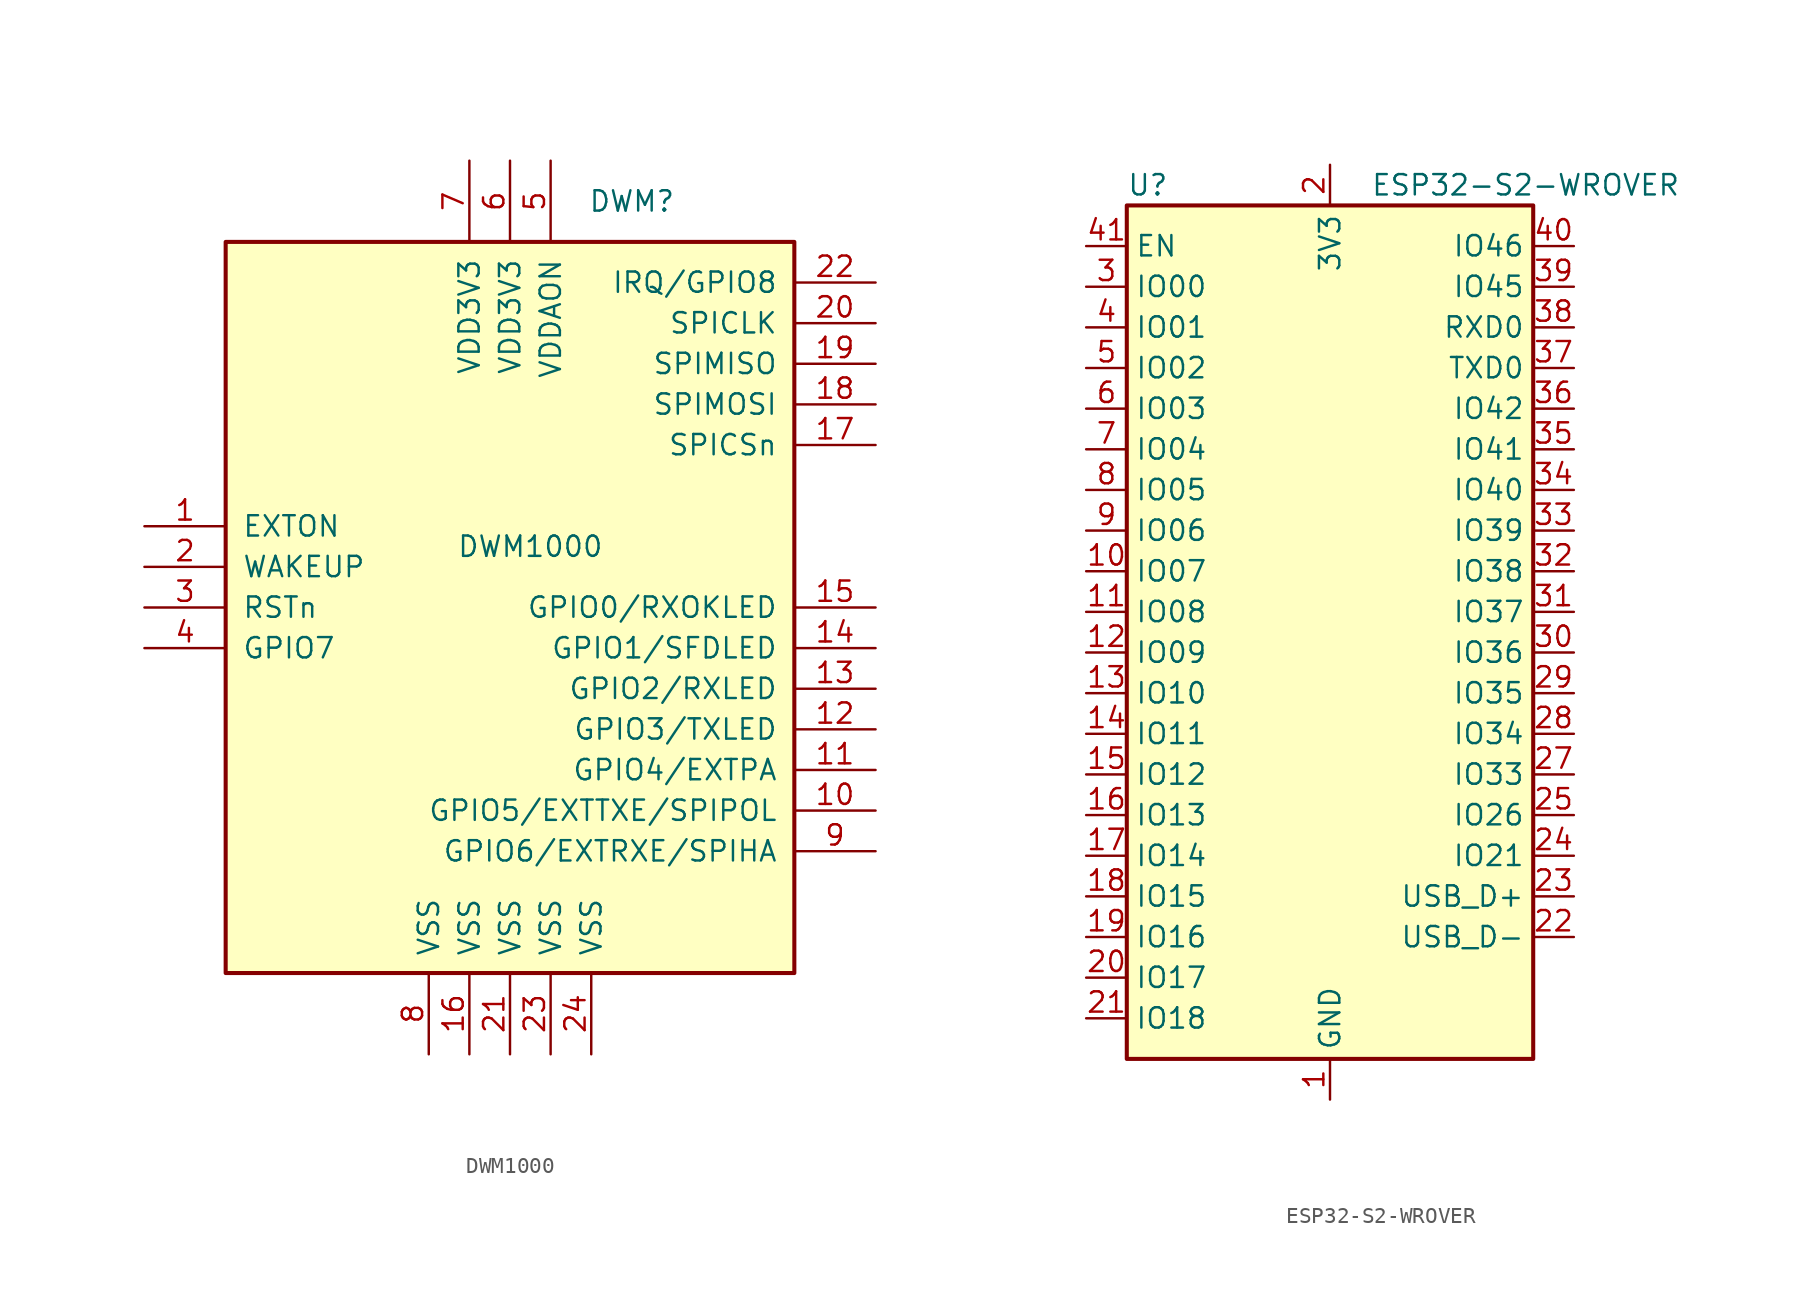
<source format=kicad_sym>
(kicad_symbol_lib
  (version 20220914)
  (generator kicad_symbol_editor)
  (symbol "DWM1000"
    (pin_names
      (offset 1.016))
    (property "Reference" "DWM"
      (at 7.62 25.4 0)
      (effects (font (size 1.27 1.27))))
    (property "Value" "DWM1000"
      (at 1.27 3.81 0)
      (effects (font (size 1.27 1.27))))
    (symbol "DWM1000_0_1"
      (rectangle (start 17.78 22.86) (end -17.78 -22.86) (stroke (width 0.254) (type default)) (fill (type background))))
    (symbol "DWM1000_1_1"
      (pin output line (at -22.86 5.08 0) (length 5.08) (name "EXTON" (effects (font (size 1.27 1.27)))) (number "1" (effects (font (size 1.27 1.27)))))
      (pin bidirectional line (at 22.86 -12.7 180) (length 5.08) (name "GPIO5/EXTTXE/SPIPOL" (effects (font (size 1.27 1.27)))) (number "10" (effects (font (size 1.27 1.27)))))
      (pin bidirectional line (at 22.86 -10.16 180) (length 5.08) (name "GPIO4/EXTPA" (effects (font (size 1.27 1.27)))) (number "11" (effects (font (size 1.27 1.27)))))
      (pin bidirectional line (at 22.86 -7.62 180) (length 5.08) (name "GPIO3/TXLED" (effects (font (size 1.27 1.27)))) (number "12" (effects (font (size 1.27 1.27)))))
      (pin bidirectional line (at 22.86 -5.08 180) (length 5.08) (name "GPIO2/RXLED" (effects (font (size 1.27 1.27)))) (number "13" (effects (font (size 1.27 1.27)))))
      (pin bidirectional line (at 22.86 -2.54 180) (length 5.08) (name "GPIO1/SFDLED" (effects (font (size 1.27 1.27)))) (number "14" (effects (font (size 1.27 1.27)))))
      (pin bidirectional line (at 22.86 0 180) (length 5.08) (name "GPIO0/RXOKLED" (effects (font (size 1.27 1.27)))) (number "15" (effects (font (size 1.27 1.27)))))
      (pin power_in line (at -2.54 -27.94 90) (length 5.08) (name "VSS" (effects (font (size 1.27 1.27)))) (number "16" (effects (font (size 1.27 1.27)))))
      (pin input line (at 22.86 10.16 180) (length 5.08) (name "SPICSn" (effects (font (size 1.27 1.27)))) (number "17" (effects (font (size 1.27 1.27)))))
      (pin input line (at 22.86 12.7 180) (length 5.08) (name "SPIMOSI" (effects (font (size 1.27 1.27)))) (number "18" (effects (font (size 1.27 1.27)))))
      (pin output line (at 22.86 15.24 180) (length 5.08) (name "SPIMISO" (effects (font (size 1.27 1.27)))) (number "19" (effects (font (size 1.27 1.27)))))
      (pin bidirectional line (at -22.86 2.54 0) (length 5.08) (name "WAKEUP" (effects (font (size 1.27 1.27)))) (number "2" (effects (font (size 1.27 1.27)))))
      (pin input line (at 22.86 17.78 180) (length 5.08) (name "SPICLK" (effects (font (size 1.27 1.27)))) (number "20" (effects (font (size 1.27 1.27)))))
      (pin power_in line (at 0 -27.94 90) (length 5.08) (name "VSS" (effects (font (size 1.27 1.27)))) (number "21" (effects (font (size 1.27 1.27)))))
      (pin bidirectional line (at 22.86 20.32 180) (length 5.08) (name "IRQ/GPIO8" (effects (font (size 1.27 1.27)))) (number "22" (effects (font (size 1.27 1.27)))))
      (pin power_in line (at 2.54 -27.94 90) (length 5.08) (name "VSS" (effects (font (size 1.27 1.27)))) (number "23" (effects (font (size 1.27 1.27)))))
      (pin power_in line (at 5.08 -27.94 90) (length 5.08) (name "VSS" (effects (font (size 1.27 1.27)))) (number "24" (effects (font (size 1.27 1.27)))))
      (pin bidirectional line (at -22.86 0 0) (length 5.08) (name "RSTn" (effects (font (size 1.27 1.27)))) (number "3" (effects (font (size 1.27 1.27)))))
      (pin bidirectional line (at -22.86 -2.54 0) (length 5.08) (name "GPIO7" (effects (font (size 1.27 1.27)))) (number "4" (effects (font (size 1.27 1.27)))))
      (pin power_in line (at 2.54 27.94 270) (length 5.08) (name "VDDAON" (effects (font (size 1.27 1.27)))) (number "5" (effects (font (size 1.27 1.27)))))
      (pin power_in line (at 0 27.94 270) (length 5.08) (name "VDD3V3" (effects (font (size 1.27 1.27)))) (number "6" (effects (font (size 1.27 1.27)))))
      (pin power_in line (at -2.54 27.94 270) (length 5.08) (name "VDD3V3" (effects (font (size 1.27 1.27)))) (number "7" (effects (font (size 1.27 1.27)))))
      (pin power_in line (at -5.08 -27.94 90) (length 5.08) (name "VSS" (effects (font (size 1.27 1.27)))) (number "8" (effects (font (size 1.27 1.27)))))
      (pin bidirectional line (at 22.86 -15.24 180) (length 5.08) (name "GPIO6/EXTRXE/SPIHA" (effects (font (size 1.27 1.27)))) (number "9" (effects (font (size 1.27 1.27)))))))
  (symbol "ESP32-S2-WROVER"
    (property "Reference" "U"
      (at -12.7 29.21 0)
      (effects (font (size 1.27 1.27)) (justify left)))
    (property "Value" "ESP32-S2-WROVER"
      (at 2.54 29.21 0)
      (effects (font (size 1.27 1.27)) (justify left)))
    (symbol "ESP32-S2-WROVER_0_1"
      (rectangle (start -12.7 27.94) (end 12.7 -25.4) (stroke (width 0.254) (type default)) (fill (type background))))
    (symbol "ESP32-S2-WROVER_1_1"
      (pin power_in line (at 0 -27.94 90) (length 2.54) (name "GND" (effects (font (size 1.27 1.27)))) (number "1" (effects (font (size 1.27 1.27)))))
      (pin bidirectional line (at -15.24 5.08 0) (length 2.54) (name "IO07" (effects (font (size 1.27 1.27)))) (number "10" (effects (font (size 1.27 1.27)))))
      (pin bidirectional line (at -15.24 2.54 0) (length 2.54) (name "IO08" (effects (font (size 1.27 1.27)))) (number "11" (effects (font (size 1.27 1.27)))))
      (pin bidirectional line (at -15.24 0 0) (length 2.54) (name "IO09" (effects (font (size 1.27 1.27)))) (number "12" (effects (font (size 1.27 1.27)))))
      (pin bidirectional line (at -15.24 -2.54 0) (length 2.54) (name "IO10" (effects (font (size 1.27 1.27)))) (number "13" (effects (font (size 1.27 1.27)))))
      (pin bidirectional line (at -15.24 -5.08 0) (length 2.54) (name "IO11" (effects (font (size 1.27 1.27)))) (number "14" (effects (font (size 1.27 1.27)))))
      (pin bidirectional line (at -15.24 -7.62 0) (length 2.54) (name "IO12" (effects (font (size 1.27 1.27)))) (number "15" (effects (font (size 1.27 1.27)))))
      (pin bidirectional line (at -15.24 -10.16 0) (length 2.54) (name "IO13" (effects (font (size 1.27 1.27)))) (number "16" (effects (font (size 1.27 1.27)))))
      (pin bidirectional line (at -15.24 -12.7 0) (length 2.54) (name "IO14" (effects (font (size 1.27 1.27)))) (number "17" (effects (font (size 1.27 1.27)))))
      (pin bidirectional line (at -15.24 -15.24 0) (length 2.54) (name "IO15" (effects (font (size 1.27 1.27)))) (number "18" (effects (font (size 1.27 1.27)))))
      (pin bidirectional line (at -15.24 -17.78 0) (length 2.54) (name "IO16" (effects (font (size 1.27 1.27)))) (number "19" (effects (font (size 1.27 1.27)))))
      (pin power_in line (at 0 30.48 270) (length 2.54) (name "3V3" (effects (font (size 1.27 1.27)))) (number "2" (effects (font (size 1.27 1.27)))))
      (pin bidirectional line (at -15.24 -20.32 0) (length 2.54) (name "IO17" (effects (font (size 1.27 1.27)))) (number "20" (effects (font (size 1.27 1.27)))))
      (pin bidirectional line (at -15.24 -22.86 0) (length 2.54) (name "IO18" (effects (font (size 1.27 1.27)))) (number "21" (effects (font (size 1.27 1.27)))))
      (pin bidirectional line (at 15.24 -17.78 180) (length 2.54) (name "USB_D-" (effects (font (size 1.27 1.27)))) (number "22" (effects (font (size 1.27 1.27)))))
      (pin bidirectional line (at 15.24 -15.24 180) (length 2.54) (name "USB_D+" (effects (font (size 1.27 1.27)))) (number "23" (effects (font (size 1.27 1.27)))))
      (pin bidirectional line (at 15.24 -12.7 180) (length 2.54) (name "IO21" (effects (font (size 1.27 1.27)))) (number "24" (effects (font (size 1.27 1.27)))))
      (pin bidirectional line (at 15.24 -10.16 180) (length 2.54) (name "IO26" (effects (font (size 1.27 1.27)))) (number "25" (effects (font (size 1.27 1.27)))))
      (pin passive line (at 0 -27.94 90) (length 2.54) hide (name "GND" (effects (font (size 1.27 1.27)))) (number "26" (effects (font (size 1.27 1.27)))))
      (pin bidirectional line (at 15.24 -7.62 180) (length 2.54) (name "IO33" (effects (font (size 1.27 1.27)))) (number "27" (effects (font (size 1.27 1.27)))))
      (pin bidirectional line (at 15.24 -5.08 180) (length 2.54) (name "IO34" (effects (font (size 1.27 1.27)))) (number "28" (effects (font (size 1.27 1.27)))))
      (pin bidirectional line (at 15.24 -2.54 180) (length 2.54) (name "IO35" (effects (font (size 1.27 1.27)))) (number "29" (effects (font (size 1.27 1.27)))))
      (pin bidirectional line (at -15.24 22.86 0) (length 2.54) (name "IO00" (effects (font (size 1.27 1.27)))) (number "3" (effects (font (size 1.27 1.27)))))
      (pin bidirectional line (at 15.24 0 180) (length 2.54) (name "IO36" (effects (font (size 1.27 1.27)))) (number "30" (effects (font (size 1.27 1.27)))))
      (pin bidirectional line (at 15.24 2.54 180) (length 2.54) (name "IO37" (effects (font (size 1.27 1.27)))) (number "31" (effects (font (size 1.27 1.27)))))
      (pin bidirectional line (at 15.24 5.08 180) (length 2.54) (name "IO38" (effects (font (size 1.27 1.27)))) (number "32" (effects (font (size 1.27 1.27)))))
      (pin bidirectional line (at 15.24 7.62 180) (length 2.54) (name "IO39" (effects (font (size 1.27 1.27)))) (number "33" (effects (font (size 1.27 1.27)))))
      (pin bidirectional line (at 15.24 10.16 180) (length 2.54) (name "IO40" (effects (font (size 1.27 1.27)))) (number "34" (effects (font (size 1.27 1.27)))))
      (pin bidirectional line (at 15.24 12.7 180) (length 2.54) (name "IO41" (effects (font (size 1.27 1.27)))) (number "35" (effects (font (size 1.27 1.27)))))
      (pin bidirectional line (at 15.24 15.24 180) (length 2.54) (name "IO42" (effects (font (size 1.27 1.27)))) (number "36" (effects (font (size 1.27 1.27)))))
      (pin bidirectional line (at 15.24 17.78 180) (length 2.54) (name "TXD0" (effects (font (size 1.27 1.27)))) (number "37" (effects (font (size 1.27 1.27)))))
      (pin bidirectional line (at 15.24 20.32 180) (length 2.54) (name "RXD0" (effects (font (size 1.27 1.27)))) (number "38" (effects (font (size 1.27 1.27)))))
      (pin bidirectional line (at 15.24 22.86 180) (length 2.54) (name "IO45" (effects (font (size 1.27 1.27)))) (number "39" (effects (font (size 1.27 1.27)))))
      (pin bidirectional line (at -15.24 20.32 0) (length 2.54) (name "IO01" (effects (font (size 1.27 1.27)))) (number "4" (effects (font (size 1.27 1.27)))))
      (pin input line (at 15.24 25.4 180) (length 2.54) (name "IO46" (effects (font (size 1.27 1.27)))) (number "40" (effects (font (size 1.27 1.27)))))
      (pin input line (at -15.24 25.4 0) (length 2.54) (name "EN" (effects (font (size 1.27 1.27)))) (number "41" (effects (font (size 1.27 1.27)))))
      (pin passive line (at 0 -27.94 90) (length 2.54) hide (name "GND" (effects (font (size 1.27 1.27)))) (number "42" (effects (font (size 1.27 1.27)))))
      (pin passive line (at 0 -27.94 90) (length 2.54) hide (name "GND" (effects (font (size 1.27 1.27)))) (number "43" (effects (font (size 1.27 1.27)))))
      (pin bidirectional line (at -15.24 17.78 0) (length 2.54) (name "IO02" (effects (font (size 1.27 1.27)))) (number "5" (effects (font (size 1.27 1.27)))))
      (pin bidirectional line (at -15.24 15.24 0) (length 2.54) (name "IO03" (effects (font (size 1.27 1.27)))) (number "6" (effects (font (size 1.27 1.27)))))
      (pin bidirectional line (at -15.24 12.7 0) (length 2.54) (name "IO04" (effects (font (size 1.27 1.27)))) (number "7" (effects (font (size 1.27 1.27)))))
      (pin bidirectional line (at -15.24 10.16 0) (length 2.54) (name "IO05" (effects (font (size 1.27 1.27)))) (number "8" (effects (font (size 1.27 1.27)))))
      (pin bidirectional line (at -15.24 7.62 0) (length 2.54) (name "IO06" (effects (font (size 1.27 1.27)))) (number "9" (effects (font (size 1.27 1.27))))))))
</source>
